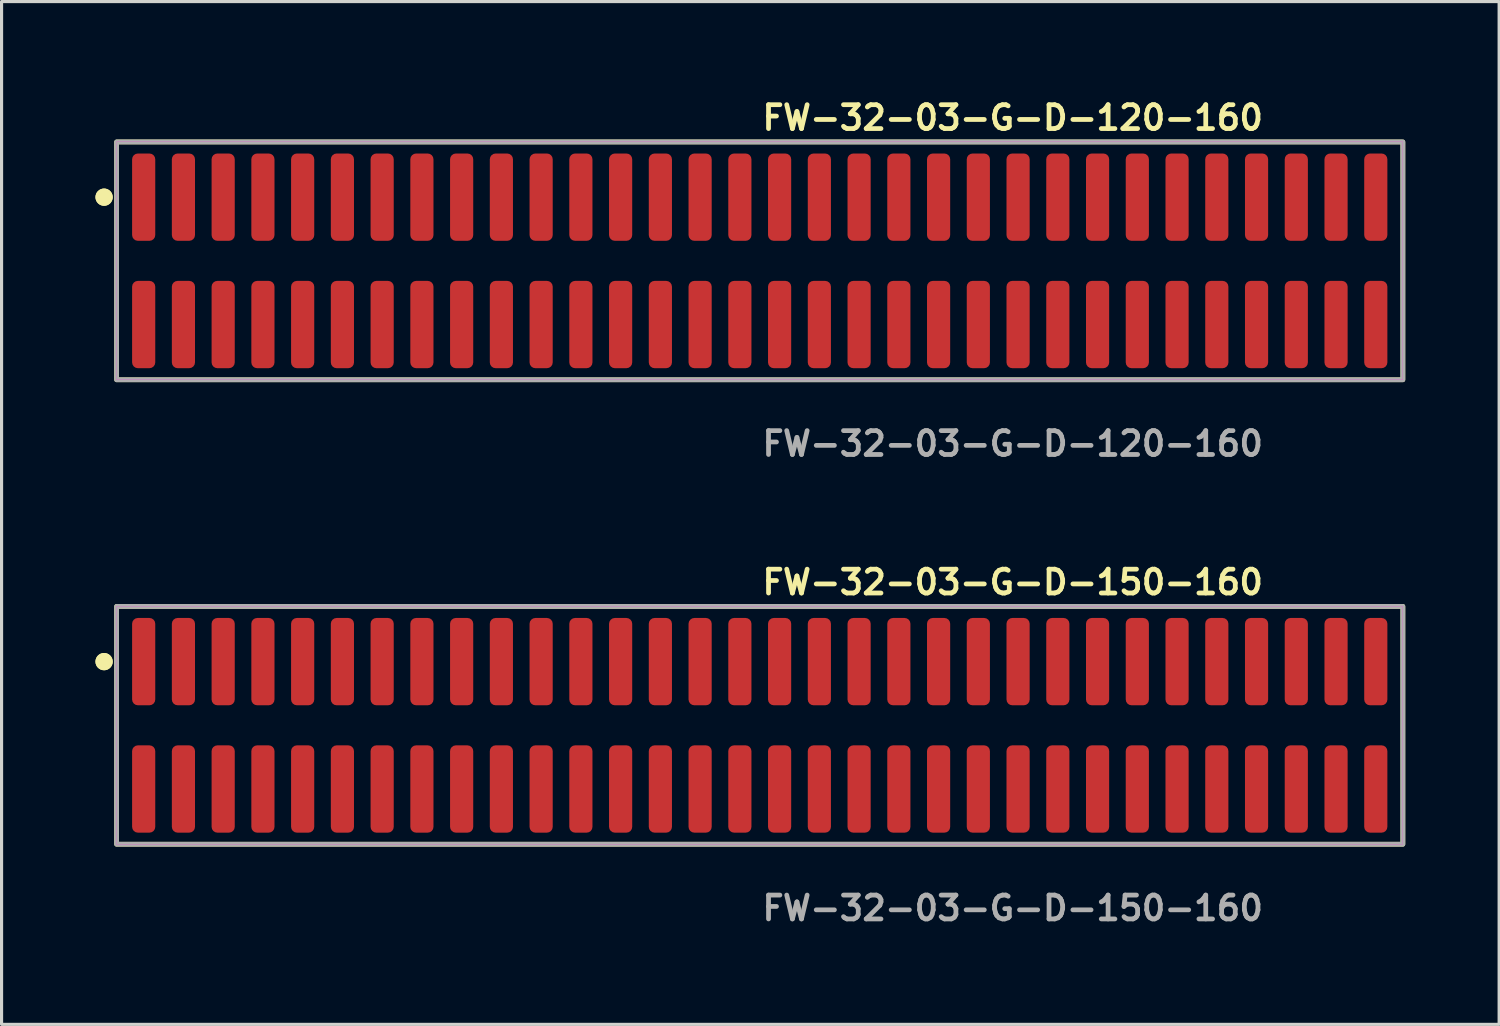
<source format=kicad_pcb>
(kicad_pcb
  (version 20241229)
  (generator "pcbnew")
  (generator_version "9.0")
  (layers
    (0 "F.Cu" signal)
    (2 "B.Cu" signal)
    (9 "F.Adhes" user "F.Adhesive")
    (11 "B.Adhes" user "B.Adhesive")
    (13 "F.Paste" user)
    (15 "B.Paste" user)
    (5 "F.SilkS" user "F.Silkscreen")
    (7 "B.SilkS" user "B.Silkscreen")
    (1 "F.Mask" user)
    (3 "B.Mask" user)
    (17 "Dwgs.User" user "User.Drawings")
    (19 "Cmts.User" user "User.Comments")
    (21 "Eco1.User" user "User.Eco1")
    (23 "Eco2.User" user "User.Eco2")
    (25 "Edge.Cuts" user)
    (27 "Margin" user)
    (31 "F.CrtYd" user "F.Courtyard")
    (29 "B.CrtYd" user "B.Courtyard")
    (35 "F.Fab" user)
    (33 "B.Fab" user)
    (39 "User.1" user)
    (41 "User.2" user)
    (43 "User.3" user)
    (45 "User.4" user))
  (footprint "FW-32-03-G-D-120-160"
    (layer "F.Cu")
    (at 21.226 5.285)
    (property "Reference" "FW-32-03-G-D-120-160" (at 0 -4.572 0) (unlocked yes) (layer "F.SilkS") (effects (font (size 0.762 0.762) (thickness 0.152)) (justify left)))
    (fp_rect (start -20.55 3.8) (end 20.55 -3.8) (stroke (width 0.152) (type solid)) (fill no) (layer "F.SilkS"))
    (fp_circle (center -20.95 -2.035) (end -21.15 -2.035) (stroke (width 0.152) (type solid)) (fill yes) (layer "F.SilkS"))
    (fp_circle (center -20.95 -2.035) (end -21.15 -2.035) (stroke (width 0.152) (type solid)) (fill yes) (layer "F.SilkS"))
    (fp_rect (start -20.55 3.8) (end 20.55 -3.8) (stroke (width 0.006) (type solid)) (fill no) (layer "F.CrtYd"))
    (fp_rect (start -20.55 3.8) (end 20.55 -3.8) (stroke (width 0.152) (type solid)) (fill no) (layer "F.Fab"))
    (fp_text user "${REFERENCE}" (at 0 5.842 0) (unlocked yes) (layer "F.Fab") (effects (font (size 0.762 0.762) (thickness 0.152)) (justify left)))
    (pad "1" smd roundrect (at -19.685 -2.035) (size 0.74 2.79) (layers "F.Cu" "F.Paste") (roundrect_rratio 0.25))
    (pad "2" smd roundrect (at -19.685 2.035) (size 0.74 2.79) (layers "F.Cu" "F.Paste") (roundrect_rratio 0.25))
    (pad "3" smd roundrect (at -18.415 -2.035) (size 0.74 2.79) (layers "F.Cu" "F.Paste") (roundrect_rratio 0.25))
    (pad "4" smd roundrect (at -18.415 2.035) (size 0.74 2.79) (layers "F.Cu" "F.Paste") (roundrect_rratio 0.25))
    (pad "5" smd roundrect (at -17.145 -2.035) (size 0.74 2.79) (layers "F.Cu" "F.Paste") (roundrect_rratio 0.25))
    (pad "6" smd roundrect (at -17.145 2.035) (size 0.74 2.79) (layers "F.Cu" "F.Paste") (roundrect_rratio 0.25))
    (pad "7" smd roundrect (at -15.875 -2.035) (size 0.74 2.79) (layers "F.Cu" "F.Paste") (roundrect_rratio 0.25))
    (pad "8" smd roundrect (at -15.875 2.035) (size 0.74 2.79) (layers "F.Cu" "F.Paste") (roundrect_rratio 0.25))
    (pad "9" smd roundrect (at -14.605 -2.035) (size 0.74 2.79) (layers "F.Cu" "F.Paste") (roundrect_rratio 0.25))
    (pad "10" smd roundrect (at -14.605 2.035) (size 0.74 2.79) (layers "F.Cu" "F.Paste") (roundrect_rratio 0.25))
    (pad "11" smd roundrect (at -13.335 -2.035) (size 0.74 2.79) (layers "F.Cu" "F.Paste") (roundrect_rratio 0.25))
    (pad "12" smd roundrect (at -13.335 2.035) (size 0.74 2.79) (layers "F.Cu" "F.Paste") (roundrect_rratio 0.25))
    (pad "13" smd roundrect (at -12.065 -2.035) (size 0.74 2.79) (layers "F.Cu" "F.Paste") (roundrect_rratio 0.25))
    (pad "14" smd roundrect (at -12.065 2.035) (size 0.74 2.79) (layers "F.Cu" "F.Paste") (roundrect_rratio 0.25))
    (pad "15" smd roundrect (at -10.795 -2.035) (size 0.74 2.79) (layers "F.Cu" "F.Paste") (roundrect_rratio 0.25))
    (pad "16" smd roundrect (at -10.795 2.035) (size 0.74 2.79) (layers "F.Cu" "F.Paste") (roundrect_rratio 0.25))
    (pad "17" smd roundrect (at -9.525 -2.035) (size 0.74 2.79) (layers "F.Cu" "F.Paste") (roundrect_rratio 0.25))
    (pad "18" smd roundrect (at -9.525 2.035) (size 0.74 2.79) (layers "F.Cu" "F.Paste") (roundrect_rratio 0.25))
    (pad "19" smd roundrect (at -8.255 -2.035) (size 0.74 2.79) (layers "F.Cu" "F.Paste") (roundrect_rratio 0.25))
    (pad "20" smd roundrect (at -8.255 2.035) (size 0.74 2.79) (layers "F.Cu" "F.Paste") (roundrect_rratio 0.25))
    (pad "21" smd roundrect (at -6.985 -2.035) (size 0.74 2.79) (layers "F.Cu" "F.Paste") (roundrect_rratio 0.25))
    (pad "22" smd roundrect (at -6.985 2.035) (size 0.74 2.79) (layers "F.Cu" "F.Paste") (roundrect_rratio 0.25))
    (pad "23" smd roundrect (at -5.715 -2.035) (size 0.74 2.79) (layers "F.Cu" "F.Paste") (roundrect_rratio 0.25))
    (pad "24" smd roundrect (at -5.715 2.035) (size 0.74 2.79) (layers "F.Cu" "F.Paste") (roundrect_rratio 0.25))
    (pad "25" smd roundrect (at -4.445 -2.035) (size 0.74 2.79) (layers "F.Cu" "F.Paste") (roundrect_rratio 0.25))
    (pad "26" smd roundrect (at -4.445 2.035) (size 0.74 2.79) (layers "F.Cu" "F.Paste") (roundrect_rratio 0.25))
    (pad "27" smd roundrect (at -3.175 -2.035) (size 0.74 2.79) (layers "F.Cu" "F.Paste") (roundrect_rratio 0.25))
    (pad "28" smd roundrect (at -3.175 2.035) (size 0.74 2.79) (layers "F.Cu" "F.Paste") (roundrect_rratio 0.25))
    (pad "29" smd roundrect (at -1.905 -2.035) (size 0.74 2.79) (layers "F.Cu" "F.Paste") (roundrect_rratio 0.25))
    (pad "30" smd roundrect (at -1.905 2.035) (size 0.74 2.79) (layers "F.Cu" "F.Paste") (roundrect_rratio 0.25))
    (pad "31" smd roundrect (at -0.635 -2.035) (size 0.74 2.79) (layers "F.Cu" "F.Paste") (roundrect_rratio 0.25))
    (pad "32" smd roundrect (at -0.635 2.035) (size 0.74 2.79) (layers "F.Cu" "F.Paste") (roundrect_rratio 0.25))
    (pad "33" smd roundrect (at 0.635 -2.035) (size 0.74 2.79) (layers "F.Cu" "F.Paste") (roundrect_rratio 0.25))
    (pad "34" smd roundrect (at 0.635 2.035) (size 0.74 2.79) (layers "F.Cu" "F.Paste") (roundrect_rratio 0.25))
    (pad "35" smd roundrect (at 1.905 -2.035) (size 0.74 2.79) (layers "F.Cu" "F.Paste") (roundrect_rratio 0.25))
    (pad "36" smd roundrect (at 1.905 2.035) (size 0.74 2.79) (layers "F.Cu" "F.Paste") (roundrect_rratio 0.25))
    (pad "37" smd roundrect (at 3.175 -2.035) (size 0.74 2.79) (layers "F.Cu" "F.Paste") (roundrect_rratio 0.25))
    (pad "38" smd roundrect (at 3.175 2.035) (size 0.74 2.79) (layers "F.Cu" "F.Paste") (roundrect_rratio 0.25))
    (pad "39" smd roundrect (at 4.445 -2.035) (size 0.74 2.79) (layers "F.Cu" "F.Paste") (roundrect_rratio 0.25))
    (pad "40" smd roundrect (at 4.445 2.035) (size 0.74 2.79) (layers "F.Cu" "F.Paste") (roundrect_rratio 0.25))
    (pad "41" smd roundrect (at 5.715 -2.035) (size 0.74 2.79) (layers "F.Cu" "F.Paste") (roundrect_rratio 0.25))
    (pad "42" smd roundrect (at 5.715 2.035) (size 0.74 2.79) (layers "F.Cu" "F.Paste") (roundrect_rratio 0.25))
    (pad "43" smd roundrect (at 6.985 -2.035) (size 0.74 2.79) (layers "F.Cu" "F.Paste") (roundrect_rratio 0.25))
    (pad "44" smd roundrect (at 6.985 2.035) (size 0.74 2.79) (layers "F.Cu" "F.Paste") (roundrect_rratio 0.25))
    (pad "45" smd roundrect (at 8.255 -2.035) (size 0.74 2.79) (layers "F.Cu" "F.Paste") (roundrect_rratio 0.25))
    (pad "46" smd roundrect (at 8.255 2.035) (size 0.74 2.79) (layers "F.Cu" "F.Paste") (roundrect_rratio 0.25))
    (pad "47" smd roundrect (at 9.525 -2.035) (size 0.74 2.79) (layers "F.Cu" "F.Paste") (roundrect_rratio 0.25))
    (pad "48" smd roundrect (at 9.525 2.035) (size 0.74 2.79) (layers "F.Cu" "F.Paste") (roundrect_rratio 0.25))
    (pad "49" smd roundrect (at 10.795 -2.035) (size 0.74 2.79) (layers "F.Cu" "F.Paste") (roundrect_rratio 0.25))
    (pad "50" smd roundrect (at 10.795 2.035) (size 0.74 2.79) (layers "F.Cu" "F.Paste") (roundrect_rratio 0.25))
    (pad "51" smd roundrect (at 12.065 -2.035) (size 0.74 2.79) (layers "F.Cu" "F.Paste") (roundrect_rratio 0.25))
    (pad "52" smd roundrect (at 12.065 2.035) (size 0.74 2.79) (layers "F.Cu" "F.Paste") (roundrect_rratio 0.25))
    (pad "53" smd roundrect (at 13.335 -2.035) (size 0.74 2.79) (layers "F.Cu" "F.Paste") (roundrect_rratio 0.25))
    (pad "54" smd roundrect (at 13.335 2.035) (size 0.74 2.79) (layers "F.Cu" "F.Paste") (roundrect_rratio 0.25))
    (pad "55" smd roundrect (at 14.605 -2.035) (size 0.74 2.79) (layers "F.Cu" "F.Paste") (roundrect_rratio 0.25))
    (pad "56" smd roundrect (at 14.605 2.035) (size 0.74 2.79) (layers "F.Cu" "F.Paste") (roundrect_rratio 0.25))
    (pad "57" smd roundrect (at 15.875 -2.035) (size 0.74 2.79) (layers "F.Cu" "F.Paste") (roundrect_rratio 0.25))
    (pad "58" smd roundrect (at 15.875 2.035) (size 0.74 2.79) (layers "F.Cu" "F.Paste") (roundrect_rratio 0.25))
    (pad "59" smd roundrect (at 17.145 -2.035) (size 0.74 2.79) (layers "F.Cu" "F.Paste") (roundrect_rratio 0.25))
    (pad "60" smd roundrect (at 17.145 2.035) (size 0.74 2.79) (layers "F.Cu" "F.Paste") (roundrect_rratio 0.25))
    (pad "61" smd roundrect (at 18.415 -2.035) (size 0.74 2.79) (layers "F.Cu" "F.Paste") (roundrect_rratio 0.25))
    (pad "62" smd roundrect (at 18.415 2.035) (size 0.74 2.79) (layers "F.Cu" "F.Paste") (roundrect_rratio 0.25))
    (pad "63" smd roundrect (at 19.685 -2.035) (size 0.74 2.79) (layers "F.Cu" "F.Paste") (roundrect_rratio 0.25))
    (pad "64" smd roundrect (at 19.685 2.035) (size 0.74 2.79) (layers "F.Cu" "F.Paste") (roundrect_rratio 0.25)))
  (footprint "FW-32-03-G-D-150-160"
    (layer "F.Cu")
    (at 21.226 20.126)
    (property "Reference" "FW-32-03-G-D-150-160" (at 0 -4.572 0) (unlocked yes) (layer "F.SilkS") (effects (font (size 0.762 0.762) (thickness 0.152)) (justify left)))
    (fp_rect (start -20.55 3.8) (end 20.55 -3.8) (stroke (width 0.152) (type solid)) (fill no) (layer "F.SilkS"))
    (fp_circle (center -20.95 -2.035) (end -21.15 -2.035) (stroke (width 0.152) (type solid)) (fill yes) (layer "F.SilkS"))
    (fp_circle (center -20.95 -2.035) (end -21.15 -2.035) (stroke (width 0.152) (type solid)) (fill yes) (layer "F.SilkS"))
    (fp_rect (start -20.55 3.8) (end 20.55 -3.8) (stroke (width 0.006) (type solid)) (fill no) (layer "F.CrtYd"))
    (fp_rect (start -20.55 3.8) (end 20.55 -3.8) (stroke (width 0.152) (type solid)) (fill no) (layer "F.Fab"))
    (fp_text user "${REFERENCE}" (at 0 5.842 0) (unlocked yes) (layer "F.Fab") (effects (font (size 0.762 0.762) (thickness 0.152)) (justify left)))
    (pad "1" smd roundrect (at -19.685 -2.035) (size 0.74 2.79) (layers "F.Cu" "F.Paste") (roundrect_rratio 0.25))
    (pad "2" smd roundrect (at -19.685 2.035) (size 0.74 2.79) (layers "F.Cu" "F.Paste") (roundrect_rratio 0.25))
    (pad "3" smd roundrect (at -18.415 -2.035) (size 0.74 2.79) (layers "F.Cu" "F.Paste") (roundrect_rratio 0.25))
    (pad "4" smd roundrect (at -18.415 2.035) (size 0.74 2.79) (layers "F.Cu" "F.Paste") (roundrect_rratio 0.25))
    (pad "5" smd roundrect (at -17.145 -2.035) (size 0.74 2.79) (layers "F.Cu" "F.Paste") (roundrect_rratio 0.25))
    (pad "6" smd roundrect (at -17.145 2.035) (size 0.74 2.79) (layers "F.Cu" "F.Paste") (roundrect_rratio 0.25))
    (pad "7" smd roundrect (at -15.875 -2.035) (size 0.74 2.79) (layers "F.Cu" "F.Paste") (roundrect_rratio 0.25))
    (pad "8" smd roundrect (at -15.875 2.035) (size 0.74 2.79) (layers "F.Cu" "F.Paste") (roundrect_rratio 0.25))
    (pad "9" smd roundrect (at -14.605 -2.035) (size 0.74 2.79) (layers "F.Cu" "F.Paste") (roundrect_rratio 0.25))
    (pad "10" smd roundrect (at -14.605 2.035) (size 0.74 2.79) (layers "F.Cu" "F.Paste") (roundrect_rratio 0.25))
    (pad "11" smd roundrect (at -13.335 -2.035) (size 0.74 2.79) (layers "F.Cu" "F.Paste") (roundrect_rratio 0.25))
    (pad "12" smd roundrect (at -13.335 2.035) (size 0.74 2.79) (layers "F.Cu" "F.Paste") (roundrect_rratio 0.25))
    (pad "13" smd roundrect (at -12.065 -2.035) (size 0.74 2.79) (layers "F.Cu" "F.Paste") (roundrect_rratio 0.25))
    (pad "14" smd roundrect (at -12.065 2.035) (size 0.74 2.79) (layers "F.Cu" "F.Paste") (roundrect_rratio 0.25))
    (pad "15" smd roundrect (at -10.795 -2.035) (size 0.74 2.79) (layers "F.Cu" "F.Paste") (roundrect_rratio 0.25))
    (pad "16" smd roundrect (at -10.795 2.035) (size 0.74 2.79) (layers "F.Cu" "F.Paste") (roundrect_rratio 0.25))
    (pad "17" smd roundrect (at -9.525 -2.035) (size 0.74 2.79) (layers "F.Cu" "F.Paste") (roundrect_rratio 0.25))
    (pad "18" smd roundrect (at -9.525 2.035) (size 0.74 2.79) (layers "F.Cu" "F.Paste") (roundrect_rratio 0.25))
    (pad "19" smd roundrect (at -8.255 -2.035) (size 0.74 2.79) (layers "F.Cu" "F.Paste") (roundrect_rratio 0.25))
    (pad "20" smd roundrect (at -8.255 2.035) (size 0.74 2.79) (layers "F.Cu" "F.Paste") (roundrect_rratio 0.25))
    (pad "21" smd roundrect (at -6.985 -2.035) (size 0.74 2.79) (layers "F.Cu" "F.Paste") (roundrect_rratio 0.25))
    (pad "22" smd roundrect (at -6.985 2.035) (size 0.74 2.79) (layers "F.Cu" "F.Paste") (roundrect_rratio 0.25))
    (pad "23" smd roundrect (at -5.715 -2.035) (size 0.74 2.79) (layers "F.Cu" "F.Paste") (roundrect_rratio 0.25))
    (pad "24" smd roundrect (at -5.715 2.035) (size 0.74 2.79) (layers "F.Cu" "F.Paste") (roundrect_rratio 0.25))
    (pad "25" smd roundrect (at -4.445 -2.035) (size 0.74 2.79) (layers "F.Cu" "F.Paste") (roundrect_rratio 0.25))
    (pad "26" smd roundrect (at -4.445 2.035) (size 0.74 2.79) (layers "F.Cu" "F.Paste") (roundrect_rratio 0.25))
    (pad "27" smd roundrect (at -3.175 -2.035) (size 0.74 2.79) (layers "F.Cu" "F.Paste") (roundrect_rratio 0.25))
    (pad "28" smd roundrect (at -3.175 2.035) (size 0.74 2.79) (layers "F.Cu" "F.Paste") (roundrect_rratio 0.25))
    (pad "29" smd roundrect (at -1.905 -2.035) (size 0.74 2.79) (layers "F.Cu" "F.Paste") (roundrect_rratio 0.25))
    (pad "30" smd roundrect (at -1.905 2.035) (size 0.74 2.79) (layers "F.Cu" "F.Paste") (roundrect_rratio 0.25))
    (pad "31" smd roundrect (at -0.635 -2.035) (size 0.74 2.79) (layers "F.Cu" "F.Paste") (roundrect_rratio 0.25))
    (pad "32" smd roundrect (at -0.635 2.035) (size 0.74 2.79) (layers "F.Cu" "F.Paste") (roundrect_rratio 0.25))
    (pad "33" smd roundrect (at 0.635 -2.035) (size 0.74 2.79) (layers "F.Cu" "F.Paste") (roundrect_rratio 0.25))
    (pad "34" smd roundrect (at 0.635 2.035) (size 0.74 2.79) (layers "F.Cu" "F.Paste") (roundrect_rratio 0.25))
    (pad "35" smd roundrect (at 1.905 -2.035) (size 0.74 2.79) (layers "F.Cu" "F.Paste") (roundrect_rratio 0.25))
    (pad "36" smd roundrect (at 1.905 2.035) (size 0.74 2.79) (layers "F.Cu" "F.Paste") (roundrect_rratio 0.25))
    (pad "37" smd roundrect (at 3.175 -2.035) (size 0.74 2.79) (layers "F.Cu" "F.Paste") (roundrect_rratio 0.25))
    (pad "38" smd roundrect (at 3.175 2.035) (size 0.74 2.79) (layers "F.Cu" "F.Paste") (roundrect_rratio 0.25))
    (pad "39" smd roundrect (at 4.445 -2.035) (size 0.74 2.79) (layers "F.Cu" "F.Paste") (roundrect_rratio 0.25))
    (pad "40" smd roundrect (at 4.445 2.035) (size 0.74 2.79) (layers "F.Cu" "F.Paste") (roundrect_rratio 0.25))
    (pad "41" smd roundrect (at 5.715 -2.035) (size 0.74 2.79) (layers "F.Cu" "F.Paste") (roundrect_rratio 0.25))
    (pad "42" smd roundrect (at 5.715 2.035) (size 0.74 2.79) (layers "F.Cu" "F.Paste") (roundrect_rratio 0.25))
    (pad "43" smd roundrect (at 6.985 -2.035) (size 0.74 2.79) (layers "F.Cu" "F.Paste") (roundrect_rratio 0.25))
    (pad "44" smd roundrect (at 6.985 2.035) (size 0.74 2.79) (layers "F.Cu" "F.Paste") (roundrect_rratio 0.25))
    (pad "45" smd roundrect (at 8.255 -2.035) (size 0.74 2.79) (layers "F.Cu" "F.Paste") (roundrect_rratio 0.25))
    (pad "46" smd roundrect (at 8.255 2.035) (size 0.74 2.79) (layers "F.Cu" "F.Paste") (roundrect_rratio 0.25))
    (pad "47" smd roundrect (at 9.525 -2.035) (size 0.74 2.79) (layers "F.Cu" "F.Paste") (roundrect_rratio 0.25))
    (pad "48" smd roundrect (at 9.525 2.035) (size 0.74 2.79) (layers "F.Cu" "F.Paste") (roundrect_rratio 0.25))
    (pad "49" smd roundrect (at 10.795 -2.035) (size 0.74 2.79) (layers "F.Cu" "F.Paste") (roundrect_rratio 0.25))
    (pad "50" smd roundrect (at 10.795 2.035) (size 0.74 2.79) (layers "F.Cu" "F.Paste") (roundrect_rratio 0.25))
    (pad "51" smd roundrect (at 12.065 -2.035) (size 0.74 2.79) (layers "F.Cu" "F.Paste") (roundrect_rratio 0.25))
    (pad "52" smd roundrect (at 12.065 2.035) (size 0.74 2.79) (layers "F.Cu" "F.Paste") (roundrect_rratio 0.25))
    (pad "53" smd roundrect (at 13.335 -2.035) (size 0.74 2.79) (layers "F.Cu" "F.Paste") (roundrect_rratio 0.25))
    (pad "54" smd roundrect (at 13.335 2.035) (size 0.74 2.79) (layers "F.Cu" "F.Paste") (roundrect_rratio 0.25))
    (pad "55" smd roundrect (at 14.605 -2.035) (size 0.74 2.79) (layers "F.Cu" "F.Paste") (roundrect_rratio 0.25))
    (pad "56" smd roundrect (at 14.605 2.035) (size 0.74 2.79) (layers "F.Cu" "F.Paste") (roundrect_rratio 0.25))
    (pad "57" smd roundrect (at 15.875 -2.035) (size 0.74 2.79) (layers "F.Cu" "F.Paste") (roundrect_rratio 0.25))
    (pad "58" smd roundrect (at 15.875 2.035) (size 0.74 2.79) (layers "F.Cu" "F.Paste") (roundrect_rratio 0.25))
    (pad "59" smd roundrect (at 17.145 -2.035) (size 0.74 2.79) (layers "F.Cu" "F.Paste") (roundrect_rratio 0.25))
    (pad "60" smd roundrect (at 17.145 2.035) (size 0.74 2.79) (layers "F.Cu" "F.Paste") (roundrect_rratio 0.25))
    (pad "61" smd roundrect (at 18.415 -2.035) (size 0.74 2.79) (layers "F.Cu" "F.Paste") (roundrect_rratio 0.25))
    (pad "62" smd roundrect (at 18.415 2.035) (size 0.74 2.79) (layers "F.Cu" "F.Paste") (roundrect_rratio 0.25))
    (pad "63" smd roundrect (at 19.685 -2.035) (size 0.74 2.79) (layers "F.Cu" "F.Paste") (roundrect_rratio 0.25))
    (pad "64" smd roundrect (at 19.685 2.035) (size 0.74 2.79) (layers "F.Cu" "F.Paste") (roundrect_rratio 0.25)))
  (gr_rect
    (start -3 -3)
    (end 44.852 29.681)
    (stroke (width 0.1) (type default))
    (fill no)
    (layer "Edge.Cuts")))
</source>
